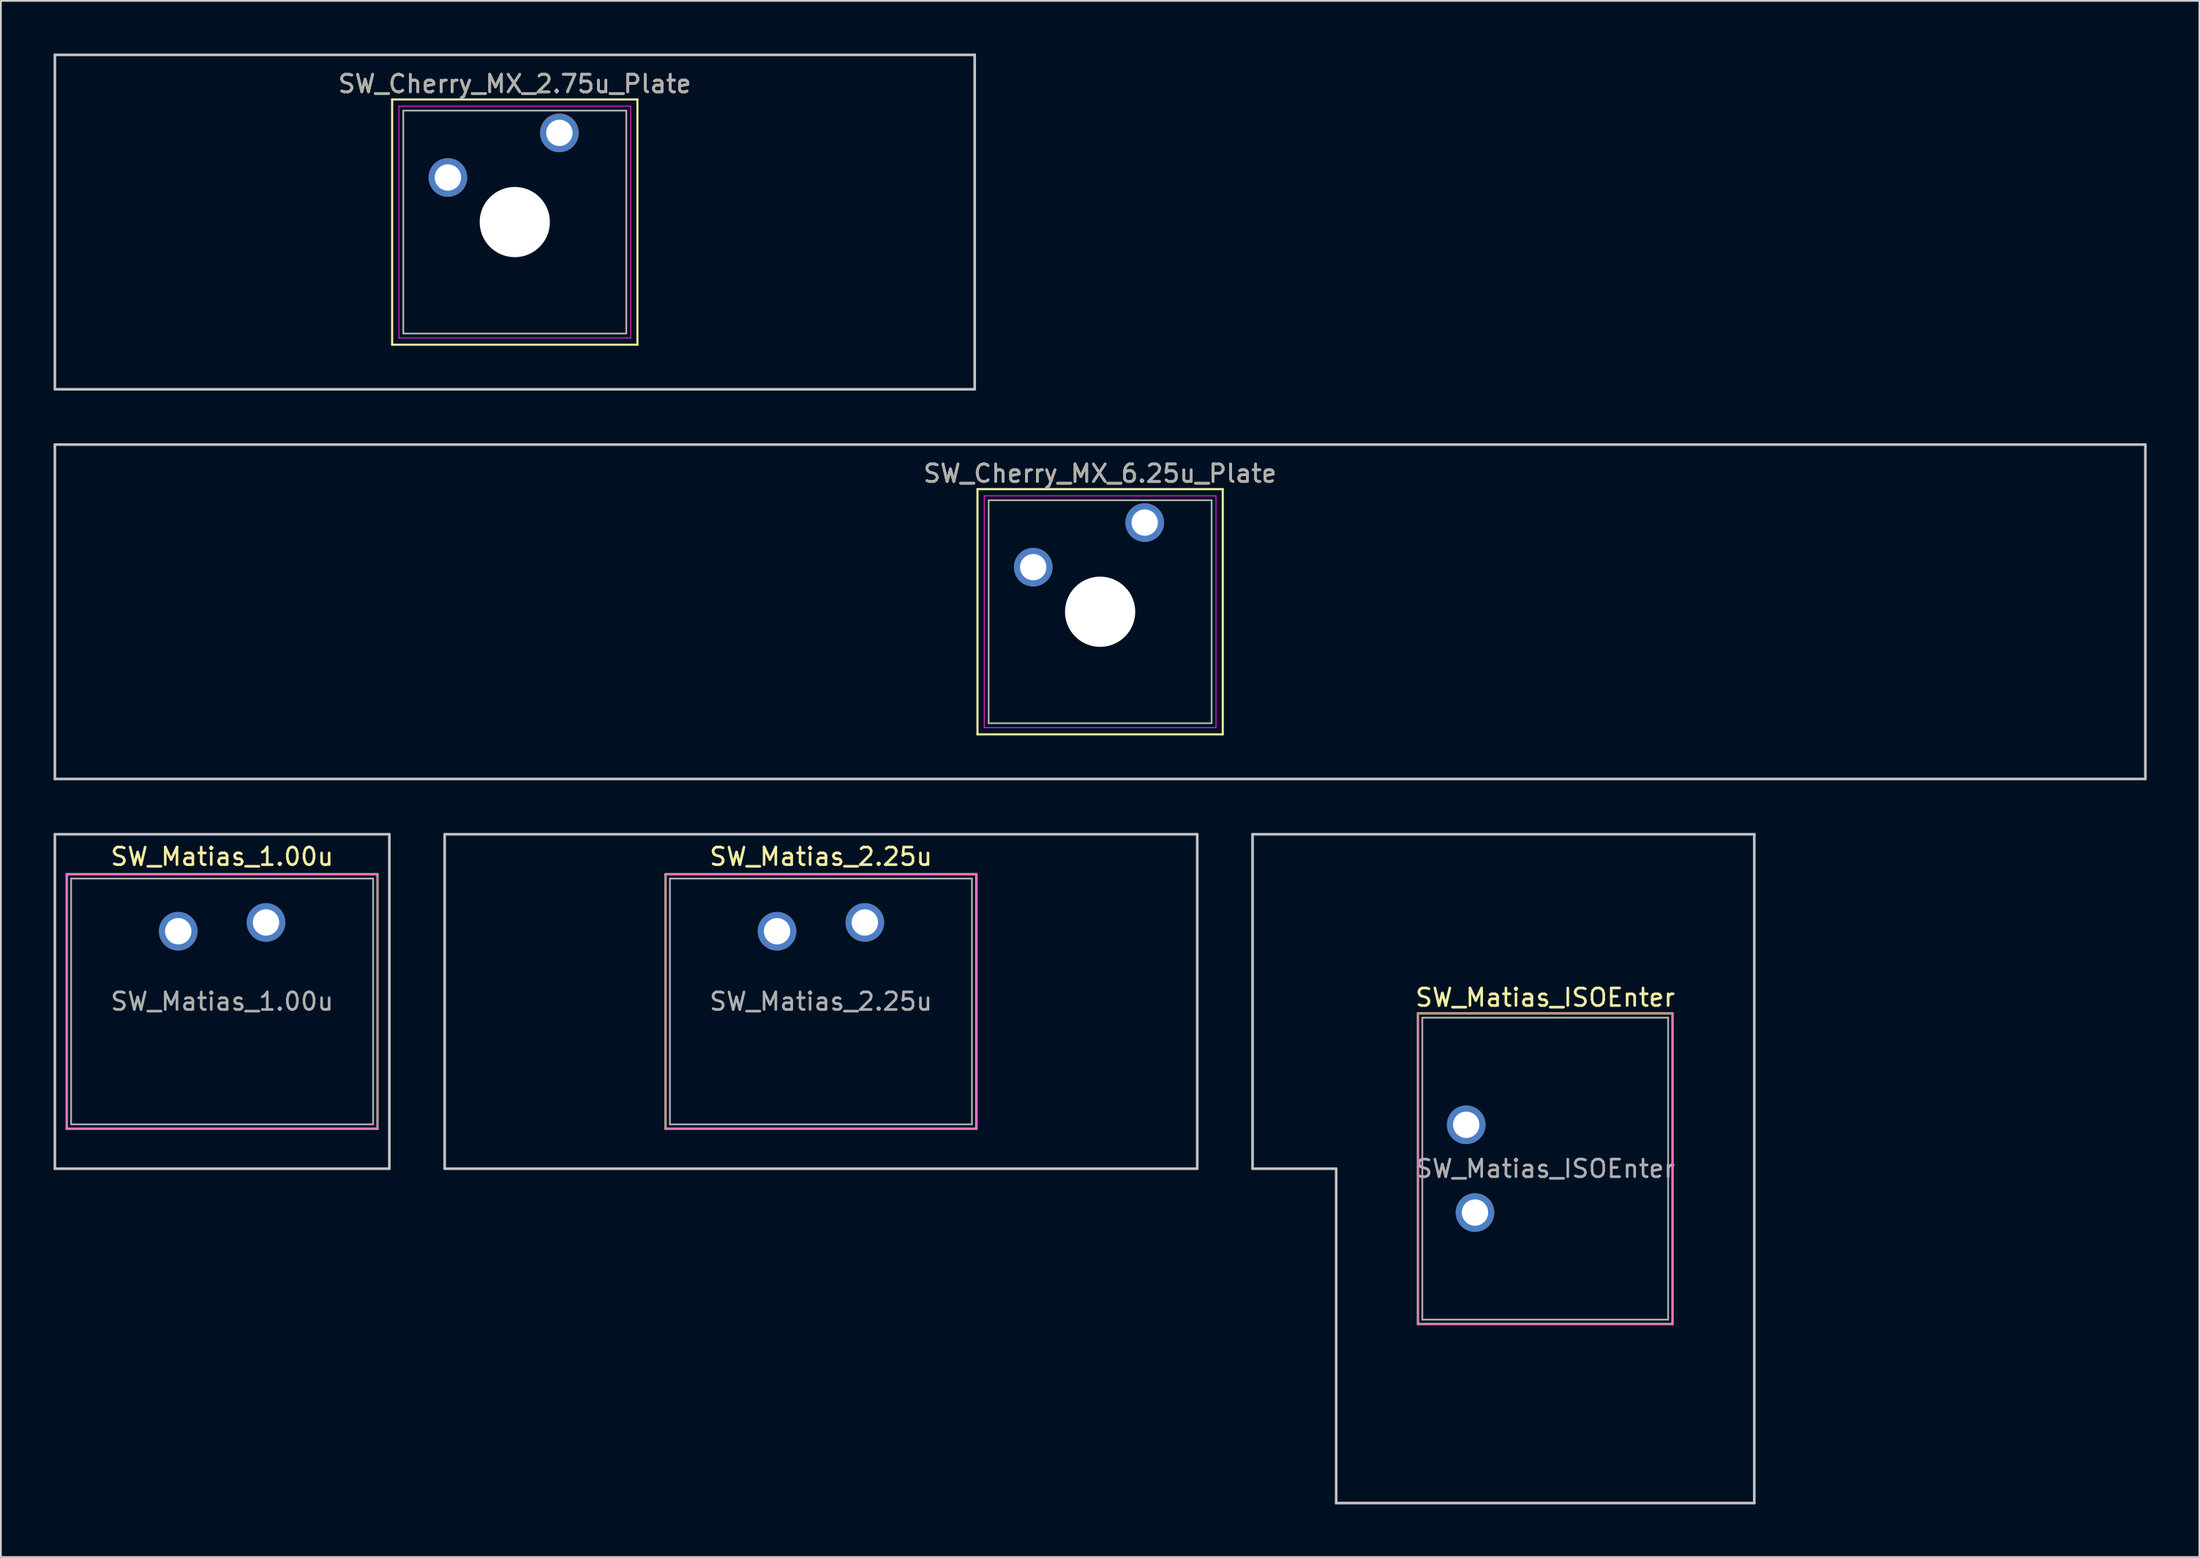
<source format=kicad_pcb>
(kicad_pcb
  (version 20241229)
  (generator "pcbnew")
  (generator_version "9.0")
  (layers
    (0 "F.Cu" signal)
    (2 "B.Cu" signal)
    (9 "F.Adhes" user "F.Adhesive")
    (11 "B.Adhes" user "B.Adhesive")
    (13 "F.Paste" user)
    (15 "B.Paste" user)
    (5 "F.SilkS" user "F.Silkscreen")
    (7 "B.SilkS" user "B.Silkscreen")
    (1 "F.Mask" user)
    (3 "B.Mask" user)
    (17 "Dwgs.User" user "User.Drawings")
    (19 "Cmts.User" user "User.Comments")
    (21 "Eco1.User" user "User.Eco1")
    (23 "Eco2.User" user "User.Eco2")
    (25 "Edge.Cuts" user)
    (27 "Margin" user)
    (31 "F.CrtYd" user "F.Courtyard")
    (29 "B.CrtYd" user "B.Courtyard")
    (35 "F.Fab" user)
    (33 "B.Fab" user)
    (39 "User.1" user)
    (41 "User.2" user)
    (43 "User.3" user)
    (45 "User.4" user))
  (footprint "SW_Cherry_MX_6.25u_Plate"
    (layer "F.Cu")
    (at 62.146 26.72)
    (property "Reference" "SW_Cherry_MX_6.25u_Plate" (at -2.54 -2.794 0) (layer "F.SilkS") (effects (font (size 1 1) (thickness 0.15))))
    (attr through_hole)
    (fp_line (start -9.525 -1.905) (end 4.445 -1.905) (stroke (width 0.12) (type solid)) (layer "F.SilkS"))
    (fp_line (start -9.525 12.065) (end -9.525 -1.905) (stroke (width 0.12) (type solid)) (layer "F.SilkS"))
    (fp_line (start 4.445 -1.905) (end 4.445 12.065) (stroke (width 0.12) (type solid)) (layer "F.SilkS"))
    (fp_line (start 4.445 12.065) (end -9.525 12.065) (stroke (width 0.12) (type solid)) (layer "F.SilkS"))
    (fp_line (start -62.071 -4.445) (end 56.991 -4.445) (stroke (width 0.15) (type solid)) (layer "Dwgs.User"))
    (fp_line (start -62.071 14.605) (end -62.071 -4.445) (stroke (width 0.15) (type solid)) (layer "Dwgs.User"))
    (fp_line (start 56.991 -4.445) (end 56.991 14.605) (stroke (width 0.15) (type solid)) (layer "Dwgs.User"))
    (fp_line (start 56.991 14.605) (end -62.071 14.605) (stroke (width 0.15) (type solid)) (layer "Dwgs.User"))
    (fp_line (start -9.14 -1.52) (end 4.06 -1.52) (stroke (width 0.05) (type solid)) (layer "F.CrtYd"))
    (fp_line (start -9.14 11.68) (end -9.14 -1.52) (stroke (width 0.05) (type solid)) (layer "F.CrtYd"))
    (fp_line (start 4.06 -1.52) (end 4.06 11.68) (stroke (width 0.05) (type solid)) (layer "F.CrtYd"))
    (fp_line (start 4.06 11.68) (end -9.14 11.68) (stroke (width 0.05) (type solid)) (layer "F.CrtYd"))
    (fp_line (start -8.89 -1.27) (end 3.81 -1.27) (stroke (width 0.1) (type solid)) (layer "F.Fab"))
    (fp_line (start -8.89 11.43) (end -8.89 -1.27) (stroke (width 0.1) (type solid)) (layer "F.Fab"))
    (fp_line (start 3.81 -1.27) (end 3.81 11.43) (stroke (width 0.1) (type solid)) (layer "F.Fab"))
    (fp_line (start 3.81 11.43) (end -8.89 11.43) (stroke (width 0.1) (type solid)) (layer "F.Fab"))
    (fp_text user "${REFERENCE}" (at -2.54 -2.794 0) (layer "F.Fab") (effects (font (size 1 1) (thickness 0.15))))
    (pad "" np_thru_hole circle (at -2.54 5.08) (size 4 4) (drill 4) (layers "*.Cu" "*.Mask"))
    (pad "1" thru_hole circle (at 0 0) (size 2.2 2.2) (drill 1.5) (layers "*.Cu" "*.Mask"))
    (pad "2" thru_hole circle (at -6.35 2.54) (size 2.2 2.2) (drill 1.5) (layers "*.Cu" "*.Mask")))
  (footprint "SW_Cherry_MX_2.75u_Plate"
    (layer "F.Cu")
    (at 28.809 4.52)
    (property "Reference" "SW_Cherry_MX_2.75u_Plate" (at -2.54 -2.794 0) (layer "F.SilkS") (effects (font (size 1 1) (thickness 0.15))))
    (attr through_hole)
    (fp_line (start -9.525 -1.905) (end 4.445 -1.905) (stroke (width 0.12) (type solid)) (layer "F.SilkS"))
    (fp_line (start -9.525 12.065) (end -9.525 -1.905) (stroke (width 0.12) (type solid)) (layer "F.SilkS"))
    (fp_line (start 4.445 -1.905) (end 4.445 12.065) (stroke (width 0.12) (type solid)) (layer "F.SilkS"))
    (fp_line (start 4.445 12.065) (end -9.525 12.065) (stroke (width 0.12) (type solid)) (layer "F.SilkS"))
    (fp_line (start -28.734 -4.445) (end 23.654 -4.445) (stroke (width 0.15) (type solid)) (layer "Dwgs.User"))
    (fp_line (start -28.734 14.605) (end -28.734 -4.445) (stroke (width 0.15) (type solid)) (layer "Dwgs.User"))
    (fp_line (start 23.654 -4.445) (end 23.654 14.605) (stroke (width 0.15) (type solid)) (layer "Dwgs.User"))
    (fp_line (start 23.654 14.605) (end -28.734 14.605) (stroke (width 0.15) (type solid)) (layer "Dwgs.User"))
    (fp_line (start -9.14 -1.52) (end 4.06 -1.52) (stroke (width 0.05) (type solid)) (layer "F.CrtYd"))
    (fp_line (start -9.14 11.68) (end -9.14 -1.52) (stroke (width 0.05) (type solid)) (layer "F.CrtYd"))
    (fp_line (start 4.06 -1.52) (end 4.06 11.68) (stroke (width 0.05) (type solid)) (layer "F.CrtYd"))
    (fp_line (start 4.06 11.68) (end -9.14 11.68) (stroke (width 0.05) (type solid)) (layer "F.CrtYd"))
    (fp_line (start -8.89 -1.27) (end 3.81 -1.27) (stroke (width 0.1) (type solid)) (layer "F.Fab"))
    (fp_line (start -8.89 11.43) (end -8.89 -1.27) (stroke (width 0.1) (type solid)) (layer "F.Fab"))
    (fp_line (start 3.81 -1.27) (end 3.81 11.43) (stroke (width 0.1) (type solid)) (layer "F.Fab"))
    (fp_line (start 3.81 11.43) (end -8.89 11.43) (stroke (width 0.1) (type solid)) (layer "F.Fab"))
    (fp_text user "${REFERENCE}" (at -2.54 -2.794 0) (layer "F.Fab") (effects (font (size 1 1) (thickness 0.15))))
    (pad "" np_thru_hole circle (at -2.54 5.08) (size 4 4) (drill 4) (layers "*.Cu" "*.Mask"))
    (pad "1" thru_hole circle (at 0 0) (size 2.2 2.2) (drill 1.5) (layers "*.Cu" "*.Mask"))
    (pad "2" thru_hole circle (at -6.35 2.54) (size 2.2 2.2) (drill 1.5) (layers "*.Cu" "*.Mask")))
  (footprint "SW_Matias_1.00u"
    (layer "F.Cu")
    (at 12.1 49.5)
    (property "Reference" "SW_Matias_1.00u" (at -2.5 -3.75 0) (layer "F.SilkS") (effects (font (size 1 1) (thickness 0.15))))
    (attr through_hole)
    (fp_line (start -11.35 -2.75) (end 6.35 -2.75) (stroke (width 0.12) (type solid)) (layer "F.SilkS"))
    (fp_line (start -11.35 11.75) (end -11.35 -2.75) (stroke (width 0.12) (type solid)) (layer "F.SilkS"))
    (fp_line (start 6.35 -2.75) (end 6.35 11.75) (stroke (width 0.12) (type solid)) (layer "F.SilkS"))
    (fp_line (start 6.35 11.75) (end -11.35 11.75) (stroke (width 0.12) (type solid)) (layer "F.SilkS"))
    (fp_line (start -12.025 -5.025) (end 7.025 -5.025) (stroke (width 0.15) (type solid)) (layer "Dwgs.User"))
    (fp_line (start -12.025 14.025) (end -12.025 -5.025) (stroke (width 0.15) (type solid)) (layer "Dwgs.User"))
    (fp_line (start 7.025 -5.025) (end 7.025 14.025) (stroke (width 0.15) (type solid)) (layer "Dwgs.User"))
    (fp_line (start 7.025 14.025) (end -12.025 14.025) (stroke (width 0.15) (type solid)) (layer "Dwgs.User"))
    (fp_line (start -11.35 -2.75) (end -11.35 11.75) (stroke (width 0.05) (type solid)) (layer "F.CrtYd"))
    (fp_line (start -11.35 -2.75) (end 6.35 -2.75) (stroke (width 0.05) (type solid)) (layer "F.CrtYd"))
    (fp_line (start -11.35 11.75) (end 6.35 11.75) (stroke (width 0.05) (type solid)) (layer "F.CrtYd"))
    (fp_line (start 6.35 11.75) (end 6.35 -2.75) (stroke (width 0.05) (type solid)) (layer "F.CrtYd"))
    (fp_line (start -11.1 -2.5) (end 6.1 -2.5) (stroke (width 0.1) (type solid)) (layer "F.Fab"))
    (fp_line (start -11.1 11.5) (end -11.1 -2.5) (stroke (width 0.1) (type solid)) (layer "F.Fab"))
    (fp_line (start 6.1 -2.5) (end 6.1 11.5) (stroke (width 0.1) (type solid)) (layer "F.Fab"))
    (fp_line (start 6.1 11.5) (end -11.1 11.5) (stroke (width 0.1) (type solid)) (layer "F.Fab"))
    (fp_text user "${REFERENCE}" (at -2.5 4.5 0) (layer "F.Fab") (effects (font (size 1 1) (thickness 0.15))))
    (pad "1" thru_hole circle (at 0 0) (size 2.2 2.2) (drill 1.5) (layers "*.Cu" "*.Mask"))
    (pad "2" thru_hole circle (at -5 0.5) (size 2.2 2.2) (drill 1.5) (layers "*.Cu" "*.Mask")))
  (footprint "SW_Matias_2.25u"
    (layer "F.Cu")
    (at 46.206 49.5)
    (property "Reference" "SW_Matias_2.25u" (at -2.5 -3.75 0) (layer "F.SilkS") (effects (font (size 1 1) (thickness 0.15))))
    (attr through_hole)
    (fp_line (start -11.35 -2.75) (end 6.35 -2.75) (stroke (width 0.12) (type solid)) (layer "F.SilkS"))
    (fp_line (start -11.35 11.75) (end -11.35 -2.75) (stroke (width 0.12) (type solid)) (layer "F.SilkS"))
    (fp_line (start 6.35 -2.75) (end 6.35 11.75) (stroke (width 0.12) (type solid)) (layer "F.SilkS"))
    (fp_line (start 6.35 11.75) (end -11.35 11.75) (stroke (width 0.12) (type solid)) (layer "F.SilkS"))
    (fp_line (start -23.931 -5.025) (end 18.931 -5.025) (stroke (width 0.15) (type solid)) (layer "Dwgs.User"))
    (fp_line (start -23.931 14.025) (end -23.931 -5.025) (stroke (width 0.15) (type solid)) (layer "Dwgs.User"))
    (fp_line (start 18.931 -5.025) (end 18.931 14.025) (stroke (width 0.15) (type solid)) (layer "Dwgs.User"))
    (fp_line (start 18.931 14.025) (end -23.931 14.025) (stroke (width 0.15) (type solid)) (layer "Dwgs.User"))
    (fp_line (start -11.35 -2.75) (end -11.35 11.75) (stroke (width 0.05) (type solid)) (layer "F.CrtYd"))
    (fp_line (start -11.35 -2.75) (end 6.35 -2.75) (stroke (width 0.05) (type solid)) (layer "F.CrtYd"))
    (fp_line (start -11.35 11.75) (end 6.35 11.75) (stroke (width 0.05) (type solid)) (layer "F.CrtYd"))
    (fp_line (start 6.35 11.75) (end 6.35 -2.75) (stroke (width 0.05) (type solid)) (layer "F.CrtYd"))
    (fp_line (start -11.1 -2.5) (end 6.1 -2.5) (stroke (width 0.1) (type solid)) (layer "F.Fab"))
    (fp_line (start -11.1 11.5) (end -11.1 -2.5) (stroke (width 0.1) (type solid)) (layer "F.Fab"))
    (fp_line (start 6.1 -2.5) (end 6.1 11.5) (stroke (width 0.1) (type solid)) (layer "F.Fab"))
    (fp_line (start 6.1 11.5) (end -11.1 11.5) (stroke (width 0.1) (type solid)) (layer "F.Fab"))
    (fp_text user "${REFERENCE}" (at -2.5 4.5 0) (layer "F.Fab") (effects (font (size 1 1) (thickness 0.15))))
    (pad "1" thru_hole circle (at 0 0) (size 2.2 2.2) (drill 1.5) (layers "*.Cu" "*.Mask"))
    (pad "2" thru_hole circle (at -5 0.5) (size 2.2 2.2) (drill 1.5) (layers "*.Cu" "*.Mask")))
  (footprint "SW_Matias_ISOEnter"
    (layer "F.Cu")
    (at 80.456 61.025)
    (property "Reference" "SW_Matias_ISOEnter" (at 4.5 -7.25 0) (layer "F.SilkS") (effects (font (size 1 1) (thickness 0.15))))
    (attr through_hole)
    (fp_line (start -2.75 -6.35) (end 11.75 -6.35) (stroke (width 0.12) (type solid)) (layer "F.SilkS"))
    (fp_line (start -2.75 11.35) (end -2.75 -6.35) (stroke (width 0.12) (type solid)) (layer "F.SilkS"))
    (fp_line (start 11.75 -6.35) (end 11.75 11.35) (stroke (width 0.12) (type solid)) (layer "F.SilkS"))
    (fp_line (start 11.75 11.35) (end -2.75 11.35) (stroke (width 0.12) (type solid)) (layer "F.SilkS"))
    (fp_line (start -12.169 -16.55) (end -12.169 2.5) (stroke (width 0.15) (type solid)) (layer "Dwgs.User"))
    (fp_line (start -12.169 -16.55) (end 16.406 -16.55) (stroke (width 0.15) (type solid)) (layer "Dwgs.User"))
    (fp_line (start -12.169 2.5) (end -7.406 2.5) (stroke (width 0.15) (type solid)) (layer "Dwgs.User"))
    (fp_line (start -7.406 21.55) (end -7.406 2.5) (stroke (width 0.15) (type solid)) (layer "Dwgs.User"))
    (fp_line (start 16.406 -16.55) (end 16.406 21.55) (stroke (width 0.15) (type solid)) (layer "Dwgs.User"))
    (fp_line (start 16.406 21.55) (end -7.406 21.55) (stroke (width 0.15) (type solid)) (layer "Dwgs.User"))
    (fp_line (start -2.75 11.35) (end -2.75 -6.35) (stroke (width 0.05) (type solid)) (layer "F.CrtYd"))
    (fp_line (start -2.75 11.35) (end 11.75 11.35) (stroke (width 0.05) (type solid)) (layer "F.CrtYd"))
    (fp_line (start 11.75 -6.35) (end -2.75 -6.35) (stroke (width 0.05) (type solid)) (layer "F.CrtYd"))
    (fp_line (start 11.75 11.35) (end 11.75 -6.35) (stroke (width 0.05) (type solid)) (layer "F.CrtYd"))
    (fp_line (start -2.5 -6.1) (end 11.5 -6.1) (stroke (width 0.1) (type solid)) (layer "F.Fab"))
    (fp_line (start -2.5 11.1) (end -2.5 -6.1) (stroke (width 0.1) (type solid)) (layer "F.Fab"))
    (fp_line (start 11.5 -6.1) (end 11.5 11.1) (stroke (width 0.1) (type solid)) (layer "F.Fab"))
    (fp_line (start 11.5 11.1) (end -2.5 11.1) (stroke (width 0.1) (type solid)) (layer "F.Fab"))
    (fp_text user "${REFERENCE}" (at 4.5 2.5 180) (layer "F.Fab") (effects (font (size 1 1) (thickness 0.15))))
    (pad "1" thru_hole circle (at 0 0) (size 2.2 2.2) (drill 1.5) (layers "*.Cu" "*.Mask"))
    (pad "2" thru_hole circle (at 0.5 5) (size 2.2 2.2) (drill 1.5) (layers "*.Cu" "*.Mask")))
  (gr_rect
    (start -3 -3)
    (end 122.213 85.65)
    (stroke (width 0.1) (type default))
    (fill no)
    (layer "Edge.Cuts")))
</source>
